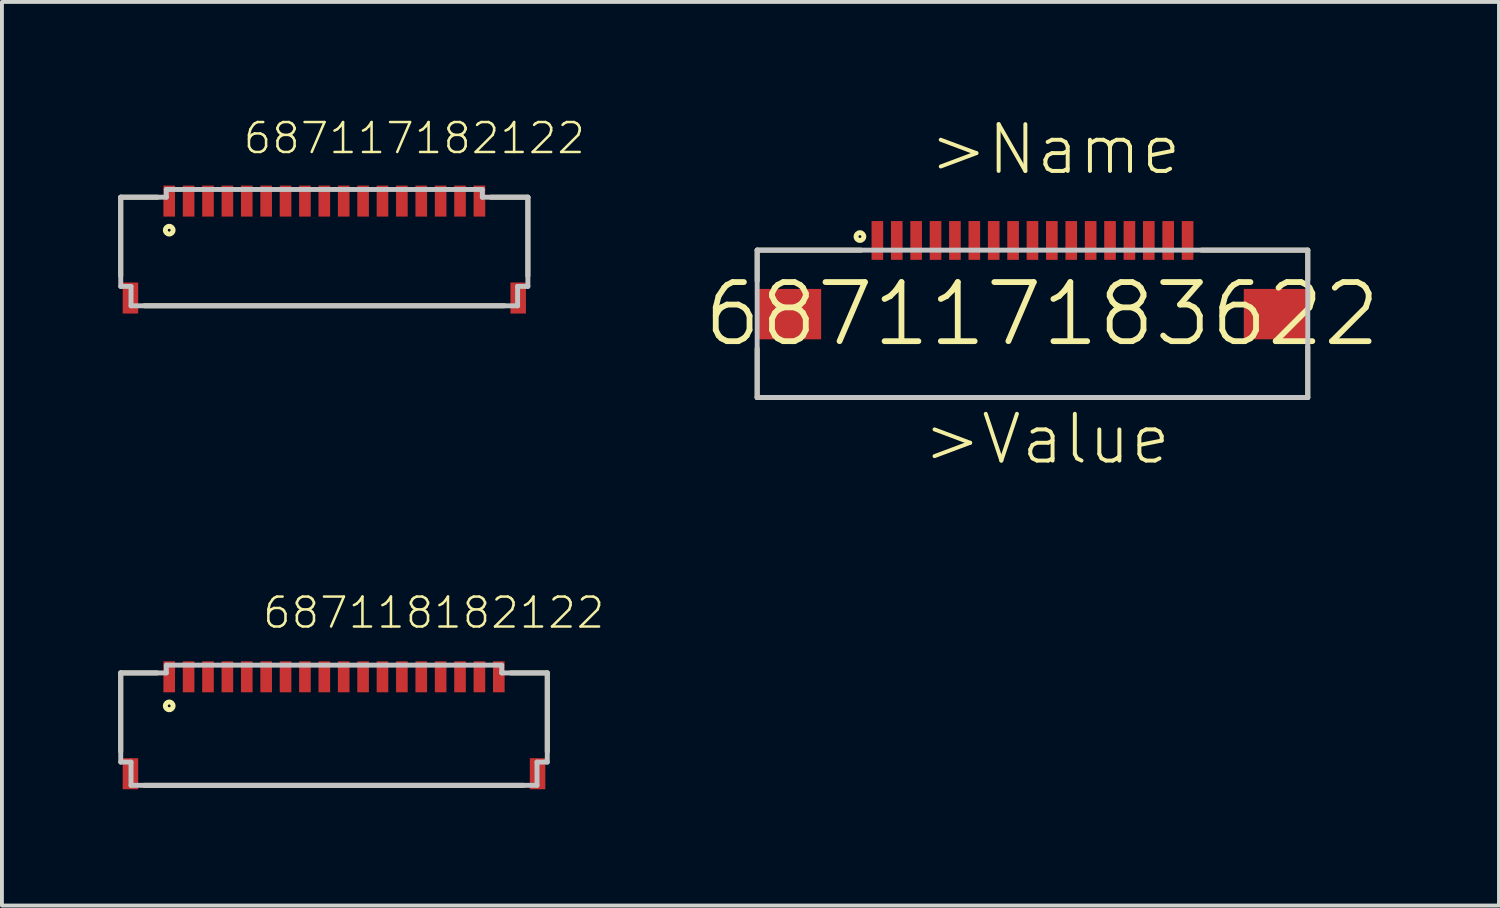
<source format=kicad_pcb>
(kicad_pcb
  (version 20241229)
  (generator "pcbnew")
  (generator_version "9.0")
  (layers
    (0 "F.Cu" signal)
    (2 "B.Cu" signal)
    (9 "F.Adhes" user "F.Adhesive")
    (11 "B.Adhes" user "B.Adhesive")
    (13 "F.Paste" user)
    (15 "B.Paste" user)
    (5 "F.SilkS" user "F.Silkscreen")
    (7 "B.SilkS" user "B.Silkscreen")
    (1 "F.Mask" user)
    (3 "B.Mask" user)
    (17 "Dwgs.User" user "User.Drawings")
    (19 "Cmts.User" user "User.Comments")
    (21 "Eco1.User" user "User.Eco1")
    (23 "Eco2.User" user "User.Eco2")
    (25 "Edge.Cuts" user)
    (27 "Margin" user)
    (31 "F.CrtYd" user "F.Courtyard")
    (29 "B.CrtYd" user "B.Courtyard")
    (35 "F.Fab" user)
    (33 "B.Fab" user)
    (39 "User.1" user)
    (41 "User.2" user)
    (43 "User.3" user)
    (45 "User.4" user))
  (footprint "687118182122"
    (layer "F.Cu")
    (at 5.564 15.654)
    (property "Reference" "687118182122" (at -1.883 -2.449 0) (layer "F.SilkS") (effects (font (size 0.772 0.772) (thickness 0.065)) (justify left bottom)))
    (attr through_hole)
    (fp_line (start -5.5 -1.35) (end -5.5 0.68) (stroke (width 0.127) (type solid)) (layer "F.SilkS"))
    (fp_line (start -4.89 1.55) (end 4.89 1.55) (stroke (width 0.127) (type solid)) (layer "F.SilkS"))
    (fp_line (start -4.56 -1.35) (end -5.5 -1.35) (stroke (width 0.127) (type solid)) (layer "F.SilkS"))
    (fp_line (start 5.5 -1.35) (end 4.56 -1.35) (stroke (width 0.127) (type solid)) (layer "F.SilkS"))
    (fp_line (start 5.5 -1.35) (end 5.5 0.68) (stroke (width 0.127) (type solid)) (layer "F.SilkS"))
    (fp_circle (center -4.25 -0.5) (end -4.15 -0.5) (stroke (width 0.127) (type solid)) (fill no) (layer "F.SilkS"))
    (fp_line (start -5.5 -1.35) (end -5.5 0.95) (stroke (width 0.127) (type solid)) (layer "Dwgs.User"))
    (fp_line (start -5.5 -1.35) (end -4.325 -1.35) (stroke (width 0.127) (type solid)) (layer "Dwgs.User"))
    (fp_line (start -5.5 0.95) (end -5.235 0.95) (stroke (width 0.127) (type solid)) (layer "Dwgs.User"))
    (fp_line (start -5.235 1.55) (end -5.235 0.95) (stroke (width 0.127) (type solid)) (layer "Dwgs.User"))
    (fp_line (start -5.235 1.55) (end 5.235 1.55) (stroke (width 0.127) (type solid)) (layer "Dwgs.User"))
    (fp_line (start -4.325 -1.55) (end -4.325 -1.35) (stroke (width 0.127) (type solid)) (layer "Dwgs.User"))
    (fp_line (start -4.325 -1.55) (end 4.325 -1.55) (stroke (width 0.127) (type solid)) (layer "Dwgs.User"))
    (fp_line (start 4.325 -1.55) (end 4.325 -1.35) (stroke (width 0.127) (type solid)) (layer "Dwgs.User"))
    (fp_line (start 4.325 -1.35) (end 5.5 -1.35) (stroke (width 0.127) (type solid)) (layer "Dwgs.User"))
    (fp_line (start 5.235 0.95) (end 5.5 0.95) (stroke (width 0.127) (type solid)) (layer "Dwgs.User"))
    (fp_line (start 5.235 1.55) (end 5.235 0.95) (stroke (width 0.127) (type solid)) (layer "Dwgs.User"))
    (fp_line (start 5.5 -1.35) (end 5.5 0.95) (stroke (width 0.127) (type solid)) (layer "Dwgs.User"))
    (pad "1" smd rect (at -4.25 -1.25 90) (size 0.8 0.3) (layers "F.Cu" "F.Mask" "F.Paste"))
    (pad "2" smd rect (at -3.75 -1.25 90) (size 0.8 0.3) (layers "F.Cu" "F.Mask" "F.Paste"))
    (pad "3" smd rect (at -3.25 -1.25 90) (size 0.8 0.3) (layers "F.Cu" "F.Mask" "F.Paste"))
    (pad "4" smd rect (at -2.75 -1.25 90) (size 0.8 0.3) (layers "F.Cu" "F.Mask" "F.Paste"))
    (pad "5" smd rect (at -2.25 -1.25 90) (size 0.8 0.3) (layers "F.Cu" "F.Mask" "F.Paste"))
    (pad "6" smd rect (at -1.75 -1.25 90) (size 0.8 0.3) (layers "F.Cu" "F.Mask" "F.Paste"))
    (pad "7" smd rect (at -1.25 -1.25 90) (size 0.8 0.3) (layers "F.Cu" "F.Mask" "F.Paste"))
    (pad "8" smd rect (at -0.75 -1.25 90) (size 0.8 0.3) (layers "F.Cu" "F.Mask" "F.Paste"))
    (pad "9" smd rect (at -0.25 -1.25 90) (size 0.8 0.3) (layers "F.Cu" "F.Mask" "F.Paste"))
    (pad "10" smd rect (at 0.25 -1.25 90) (size 0.8 0.3) (layers "F.Cu" "F.Mask" "F.Paste"))
    (pad "11" smd rect (at 0.75 -1.25 90) (size 0.8 0.3) (layers "F.Cu" "F.Mask" "F.Paste"))
    (pad "12" smd rect (at 1.25 -1.25 90) (size 0.8 0.3) (layers "F.Cu" "F.Mask" "F.Paste"))
    (pad "13" smd rect (at 1.75 -1.25 90) (size 0.8 0.3) (layers "F.Cu" "F.Mask" "F.Paste"))
    (pad "14" smd rect (at 2.25 -1.25 90) (size 0.8 0.3) (layers "F.Cu" "F.Mask" "F.Paste"))
    (pad "15" smd rect (at 2.75 -1.25 90) (size 0.8 0.3) (layers "F.Cu" "F.Mask" "F.Paste"))
    (pad "16" smd rect (at 3.25 -1.25 90) (size 0.8 0.3) (layers "F.Cu" "F.Mask" "F.Paste"))
    (pad "17" smd rect (at 3.75 -1.25 90) (size 0.8 0.3) (layers "F.Cu" "F.Mask" "F.Paste"))
    (pad "18" smd rect (at 4.25 -1.25 90) (size 0.8 0.3) (layers "F.Cu" "F.Mask" "F.Paste"))
    (pad "Z1" smd rect (at -5.25 1.25 90) (size 0.8 0.4) (layers "F.Cu" "F.Mask" "F.Paste"))
    (pad "Z2" smd rect (at 5.25 1.25 90) (size 0.8 0.4) (layers "F.Cu" "F.Mask" "F.Paste")))
  (footprint "687117182122"
    (layer "F.Cu")
    (at 5.314 3.386)
    (property "Reference" "687117182122" (at -2.133 -2.419 0) (layer "F.SilkS") (effects (font (size 0.772 0.772) (thickness 0.065)) (justify left bottom)))
    (attr through_hole)
    (fp_line (start -5.25 -1.35) (end -5.25 0.68) (stroke (width 0.127) (type solid)) (layer "F.SilkS"))
    (fp_line (start -4.64 1.45) (end 4.64 1.45) (stroke (width 0.127) (type solid)) (layer "F.SilkS"))
    (fp_line (start -4.3 -1.35) (end -5.25 -1.35) (stroke (width 0.127) (type solid)) (layer "F.SilkS"))
    (fp_line (start 5.25 -1.35) (end 4.3 -1.35) (stroke (width 0.127) (type solid)) (layer "F.SilkS"))
    (fp_line (start 5.25 -1.35) (end 5.25 0.68) (stroke (width 0.127) (type solid)) (layer "F.SilkS"))
    (fp_circle (center -4 -0.5) (end -3.9 -0.5) (stroke (width 0.127) (type solid)) (fill no) (layer "F.SilkS"))
    (fp_line (start -5.25 -1.35) (end -5.25 0.95) (stroke (width 0.127) (type solid)) (layer "Dwgs.User"))
    (fp_line (start -5.25 -1.35) (end -4.075 -1.35) (stroke (width 0.127) (type solid)) (layer "Dwgs.User"))
    (fp_line (start -5.25 0.95) (end -4.985 0.95) (stroke (width 0.127) (type solid)) (layer "Dwgs.User"))
    (fp_line (start -4.985 1.45) (end -4.985 0.95) (stroke (width 0.127) (type solid)) (layer "Dwgs.User"))
    (fp_line (start -4.985 1.45) (end 4.985 1.45) (stroke (width 0.127) (type solid)) (layer "Dwgs.User"))
    (fp_line (start -4.075 -1.55) (end -4.075 -1.35) (stroke (width 0.127) (type solid)) (layer "Dwgs.User"))
    (fp_line (start -4.075 -1.55) (end 4.075 -1.55) (stroke (width 0.127) (type solid)) (layer "Dwgs.User"))
    (fp_line (start 4.075 -1.55) (end 4.075 -1.35) (stroke (width 0.127) (type solid)) (layer "Dwgs.User"))
    (fp_line (start 4.075 -1.35) (end 5.25 -1.35) (stroke (width 0.127) (type solid)) (layer "Dwgs.User"))
    (fp_line (start 4.985 0.95) (end 5.25 0.95) (stroke (width 0.127) (type solid)) (layer "Dwgs.User"))
    (fp_line (start 4.985 1.45) (end 4.985 0.95) (stroke (width 0.127) (type solid)) (layer "Dwgs.User"))
    (fp_line (start 5.25 -1.35) (end 5.25 0.95) (stroke (width 0.127) (type solid)) (layer "Dwgs.User"))
    (pad "1" smd rect (at -4 -1.25 90) (size 0.8 0.3) (layers "F.Cu" "F.Mask" "F.Paste"))
    (pad "2" smd rect (at -3.5 -1.25 90) (size 0.8 0.3) (layers "F.Cu" "F.Mask" "F.Paste"))
    (pad "3" smd rect (at -3 -1.25 90) (size 0.8 0.3) (layers "F.Cu" "F.Mask" "F.Paste"))
    (pad "4" smd rect (at -2.5 -1.25 90) (size 0.8 0.3) (layers "F.Cu" "F.Mask" "F.Paste"))
    (pad "5" smd rect (at -2 -1.25 90) (size 0.8 0.3) (layers "F.Cu" "F.Mask" "F.Paste"))
    (pad "6" smd rect (at -1.5 -1.25 90) (size 0.8 0.3) (layers "F.Cu" "F.Mask" "F.Paste"))
    (pad "7" smd rect (at -1 -1.25 90) (size 0.8 0.3) (layers "F.Cu" "F.Mask" "F.Paste"))
    (pad "8" smd rect (at -0.5 -1.25 90) (size 0.8 0.3) (layers "F.Cu" "F.Mask" "F.Paste"))
    (pad "9" smd rect (at 0 -1.25 90) (size 0.8 0.3) (layers "F.Cu" "F.Mask" "F.Paste"))
    (pad "10" smd rect (at 0.5 -1.25 90) (size 0.8 0.3) (layers "F.Cu" "F.Mask" "F.Paste"))
    (pad "11" smd rect (at 1 -1.25 90) (size 0.8 0.3) (layers "F.Cu" "F.Mask" "F.Paste"))
    (pad "12" smd rect (at 1.5 -1.25 90) (size 0.8 0.3) (layers "F.Cu" "F.Mask" "F.Paste"))
    (pad "13" smd rect (at 2 -1.25 90) (size 0.8 0.3) (layers "F.Cu" "F.Mask" "F.Paste"))
    (pad "14" smd rect (at 2.5 -1.25 90) (size 0.8 0.3) (layers "F.Cu" "F.Mask" "F.Paste"))
    (pad "15" smd rect (at 3 -1.25 90) (size 0.8 0.3) (layers "F.Cu" "F.Mask" "F.Paste"))
    (pad "16" smd rect (at 3.5 -1.25 90) (size 0.8 0.3) (layers "F.Cu" "F.Mask" "F.Paste"))
    (pad "17" smd rect (at 4 -1.25 90) (size 0.8 0.3) (layers "F.Cu" "F.Mask" "F.Paste"))
    (pad "Z1" smd rect (at -5 1.25 90) (size 0.8 0.4) (layers "F.Cu" "F.Mask" "F.Paste"))
    (pad "Z2" smd rect (at 5 1.25 90) (size 0.8 0.4) (layers "F.Cu" "F.Mask" "F.Paste")))
  (footprint "687117183622"
    (layer "F.Cu")
    (at 23.827 5.051)
    (property "Reference" "687117183622" (at 0 0 0) (layer "F.SilkS") (effects (font (size 1.524 1.524) (thickness 0.15))))
    (attr through_hole)
    (fp_line (start -7.35 -1.65) (end -7.35 -0.86) (stroke (width 0.127) (type solid)) (layer "F.SilkS"))
    (fp_line (start -7.35 0.89) (end -7.35 2.15) (stroke (width 0.127) (type solid)) (layer "F.SilkS"))
    (fp_line (start -7.35 2.15) (end 6.85 2.15) (stroke (width 0.127) (type solid)) (layer "F.SilkS"))
    (fp_line (start -4.67 -1.65) (end -7.35 -1.65) (stroke (width 0.127) (type solid)) (layer "F.SilkS"))
    (fp_line (start 4.11 -1.65) (end 6.85 -1.65) (stroke (width 0.127) (type solid)) (layer "F.SilkS"))
    (fp_line (start 6.85 -1.65) (end 6.85 -0.88) (stroke (width 0.127) (type solid)) (layer "F.SilkS"))
    (fp_line (start 6.85 2.15) (end 6.85 0.84) (stroke (width 0.127) (type solid)) (layer "F.SilkS"))
    (fp_circle (center -4.7 -2) (end -4.6 -2) (stroke (width 0.127) (type solid)) (fill no) (layer "F.SilkS"))
    (fp_line (start -7.35 -1.65) (end 6.85 -1.65) (stroke (width 0.127) (type solid)) (layer "Dwgs.User"))
    (fp_line (start -7.35 2.15) (end -7.35 -1.65) (stroke (width 0.127) (type solid)) (layer "Dwgs.User"))
    (fp_line (start 6.85 -1.65) (end 6.85 2.15) (stroke (width 0.127) (type solid)) (layer "Dwgs.User"))
    (fp_line (start 6.85 2.15) (end -7.35 2.15) (stroke (width 0.127) (type solid)) (layer "Dwgs.User"))
    (fp_text user ">Value" (at -3.13 3.93 0) (layer "F.SilkS") (effects (font (size 1.206 1.206) (thickness 0.102)) (justify left bottom)))
    (fp_text user ">Name" (at -2.97 -3.54 0) (layer "F.SilkS") (effects (font (size 1.206 1.206) (thickness 0.102)) (justify left bottom)))
    (pad "1" smd rect (at -4.25 -1.9 90) (size 1 0.3) (layers "F.Cu" "F.Mask" "F.Paste"))
    (pad "2" smd rect (at -3.75 -1.9 90) (size 1 0.3) (layers "F.Cu" "F.Mask" "F.Paste"))
    (pad "3" smd rect (at -3.25 -1.9 90) (size 1 0.3) (layers "F.Cu" "F.Mask" "F.Paste"))
    (pad "4" smd rect (at -2.75 -1.9 90) (size 1 0.3) (layers "F.Cu" "F.Mask" "F.Paste"))
    (pad "5" smd rect (at -2.25 -1.9 90) (size 1 0.3) (layers "F.Cu" "F.Mask" "F.Paste"))
    (pad "6" smd rect (at -1.75 -1.9 90) (size 1 0.3) (layers "F.Cu" "F.Mask" "F.Paste"))
    (pad "7" smd rect (at -1.25 -1.9 90) (size 1 0.3) (layers "F.Cu" "F.Mask" "F.Paste"))
    (pad "8" smd rect (at -0.75 -1.9 90) (size 1 0.3) (layers "F.Cu" "F.Mask" "F.Paste"))
    (pad "9" smd rect (at -0.25 -1.9 90) (size 1 0.3) (layers "F.Cu" "F.Mask" "F.Paste"))
    (pad "10" smd rect (at 0.25 -1.9 90) (size 1 0.3) (layers "F.Cu" "F.Mask" "F.Paste"))
    (pad "11" smd rect (at 0.75 -1.9 90) (size 1 0.3) (layers "F.Cu" "F.Mask" "F.Paste"))
    (pad "12" smd rect (at 1.25 -1.9 90) (size 1 0.3) (layers "F.Cu" "F.Mask" "F.Paste"))
    (pad "13" smd rect (at 1.75 -1.9 90) (size 1 0.3) (layers "F.Cu" "F.Mask" "F.Paste"))
    (pad "14" smd rect (at 2.25 -1.9 90) (size 1 0.3) (layers "F.Cu" "F.Mask" "F.Paste"))
    (pad "15" smd rect (at 2.75 -1.9 90) (size 1 0.3) (layers "F.Cu" "F.Mask" "F.Paste"))
    (pad "16" smd rect (at 3.25 -1.9 90) (size 1 0.3) (layers "F.Cu" "F.Mask" "F.Paste"))
    (pad "17" smd rect (at 3.75 -1.9 90) (size 1 0.3) (layers "F.Cu" "F.Mask" "F.Paste"))
    (pad "Z1" smd rect (at -6.525 0) (size 1.65 1.3) (layers "F.Cu" "F.Mask" "F.Paste"))
    (pad "Z2" smd rect (at 6.025 0) (size 1.65 1.3) (layers "F.Cu" "F.Mask" "F.Paste")))
  (gr_rect
    (start -3 -3)
    (end 35.608 20.304)
    (stroke (width 0.1) (type default))
    (fill no)
    (layer "Edge.Cuts")))
</source>
